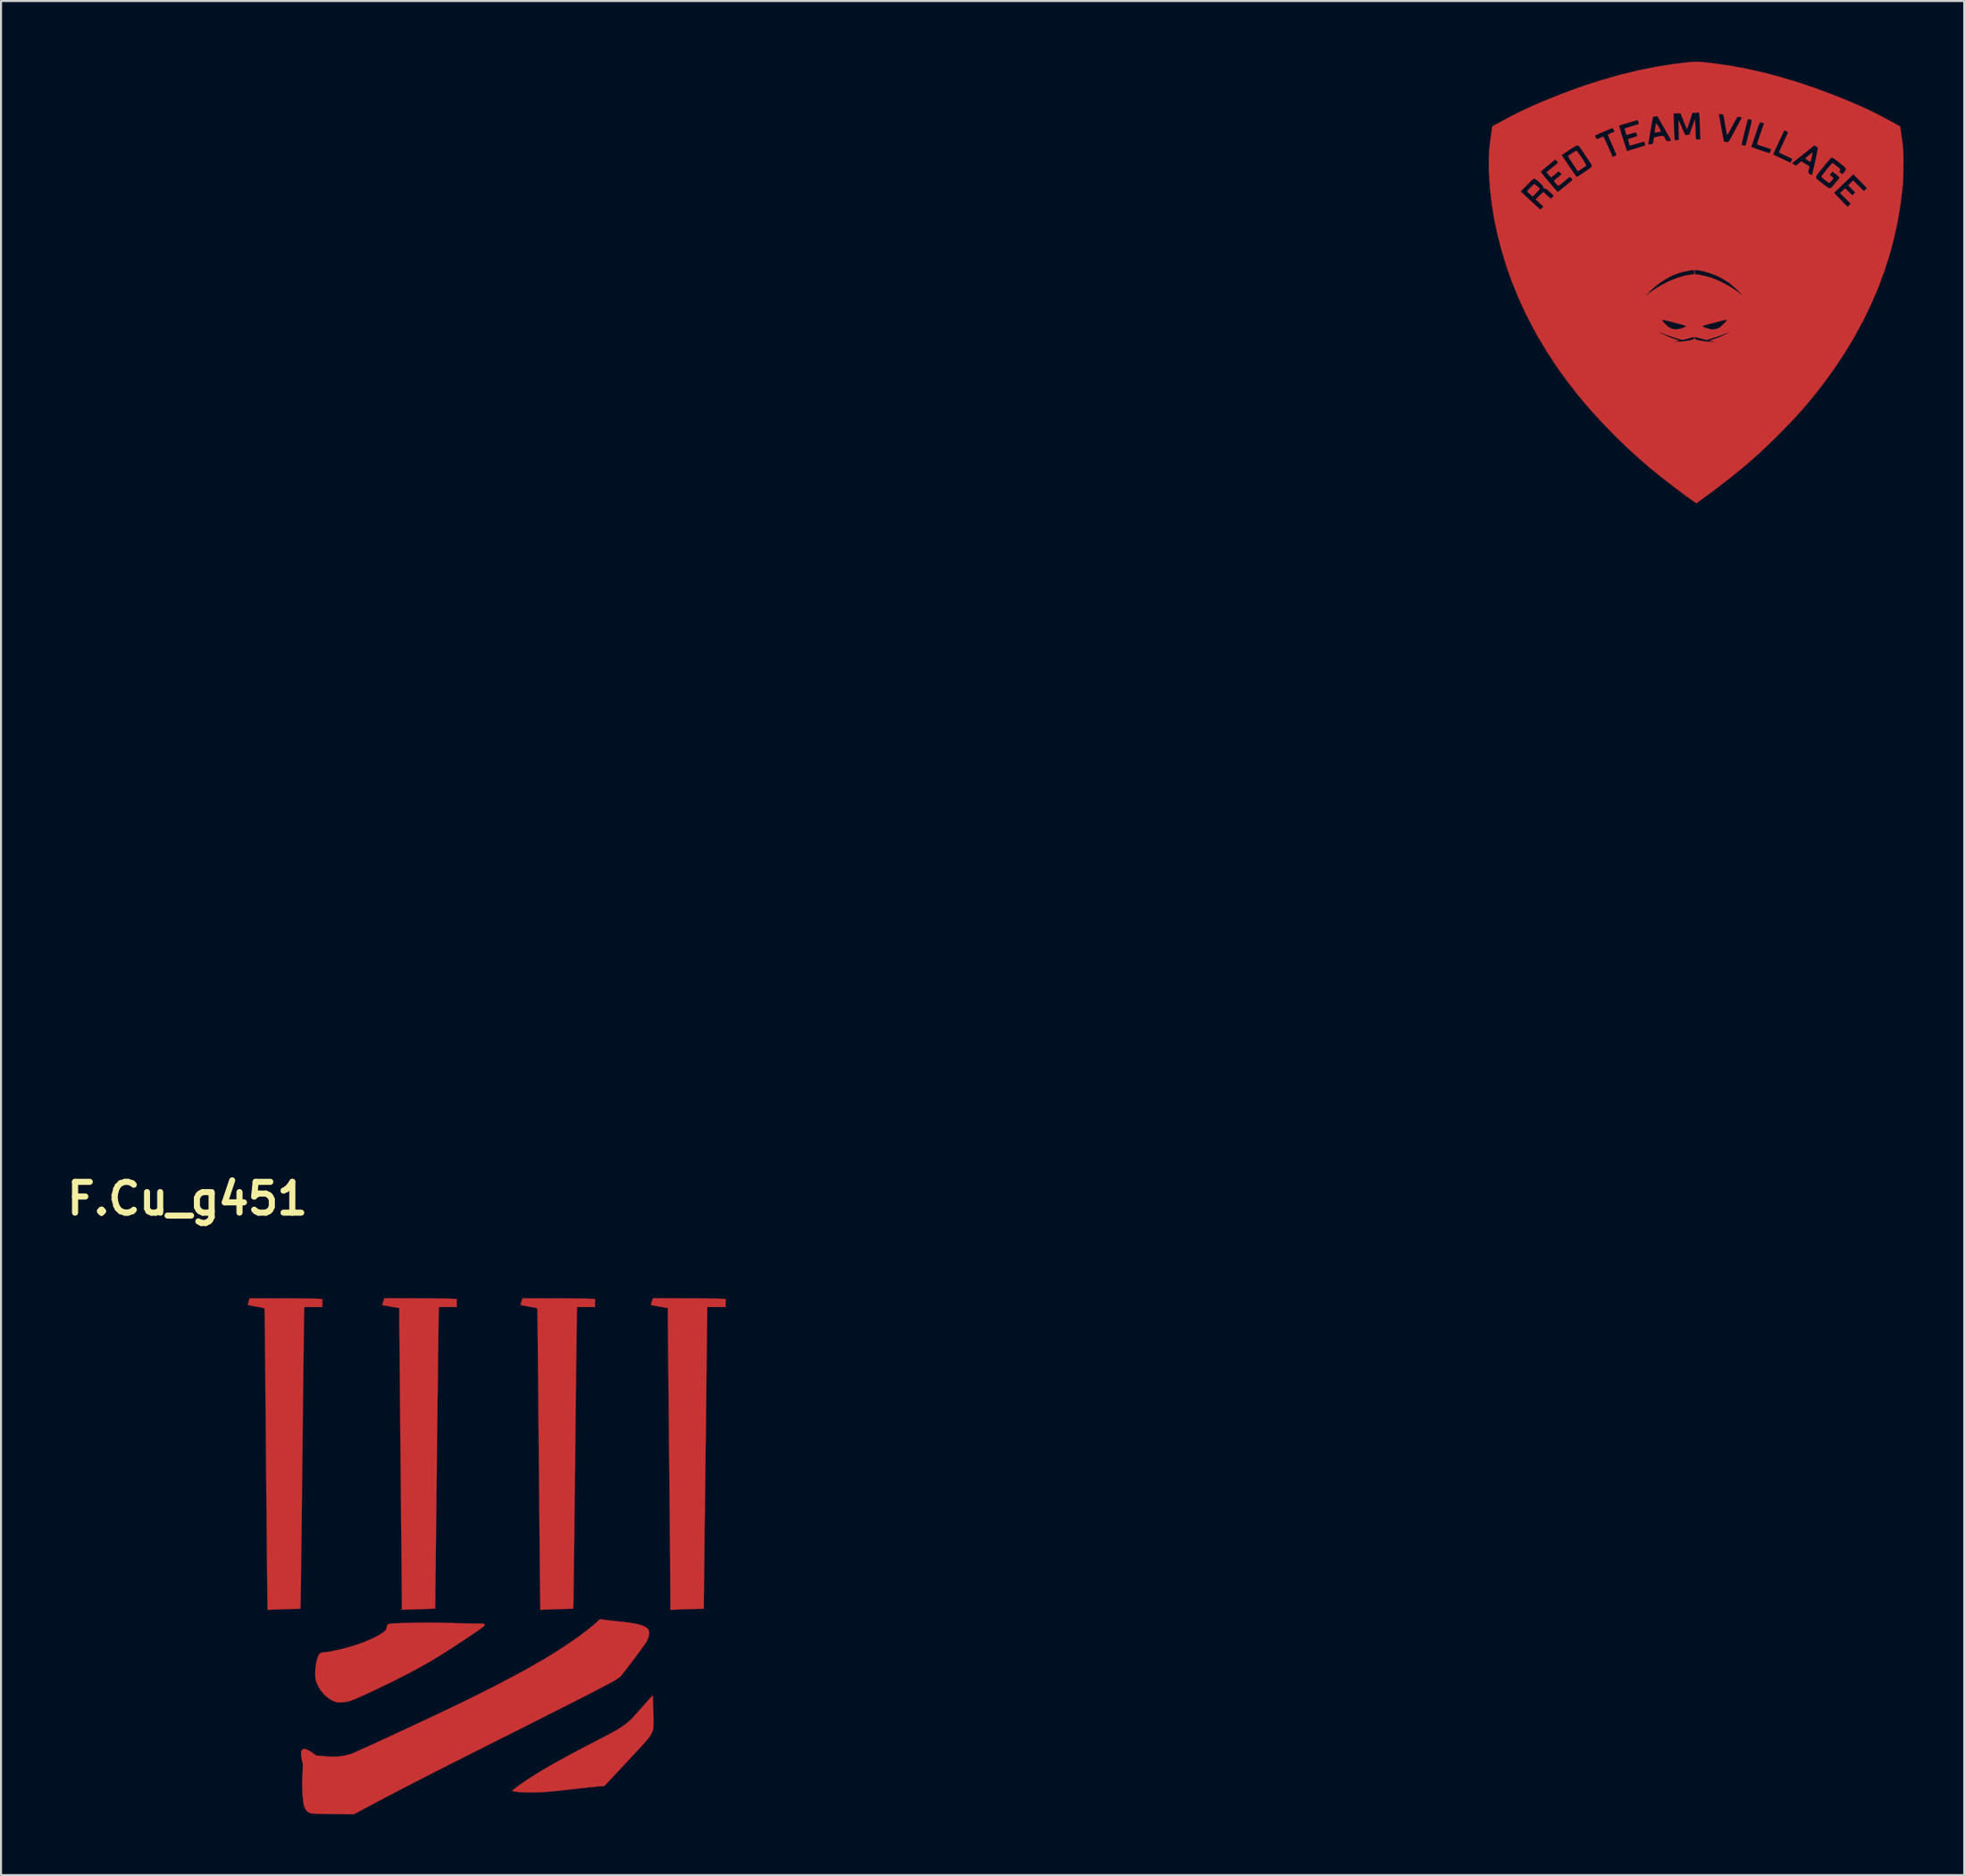
<source format=kicad_pcb>
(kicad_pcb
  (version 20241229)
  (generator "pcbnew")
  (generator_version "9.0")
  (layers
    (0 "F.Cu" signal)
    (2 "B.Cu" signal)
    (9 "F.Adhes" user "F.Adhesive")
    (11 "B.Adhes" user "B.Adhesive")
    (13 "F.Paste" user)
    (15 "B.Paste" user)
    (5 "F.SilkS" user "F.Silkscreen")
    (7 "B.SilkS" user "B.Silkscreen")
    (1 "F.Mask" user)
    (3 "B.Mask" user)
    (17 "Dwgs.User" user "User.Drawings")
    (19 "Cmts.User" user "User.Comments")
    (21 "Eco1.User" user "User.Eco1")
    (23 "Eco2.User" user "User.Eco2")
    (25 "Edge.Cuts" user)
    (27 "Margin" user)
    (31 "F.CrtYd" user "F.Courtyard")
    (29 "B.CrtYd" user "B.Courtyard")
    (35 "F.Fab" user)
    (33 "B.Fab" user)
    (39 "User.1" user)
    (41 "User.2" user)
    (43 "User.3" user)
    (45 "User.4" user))
  (footprint "F.Cu_g451"
    (layer "F.Cu")
    (at 6.212 56.217)
    (property "Reference" "F.Cu_g451" (at 0 0 0) (layer "F.SilkS") (effects (font (size 1.524 1.524) (thickness 0.3))))
    (attr through_hole)
    (fp_poly (pts (xy 80.325 -51.696) (xy 80.317 -51.643) (xy 80.303 -51.57) (xy 80.285 -51.487) (xy 80.266 -51.405) (xy 80.248 -51.334) (xy 80.233 -51.284) (xy 80.224 -51.266) (xy 80.201 -51.277) (xy 80.153 -51.305) (xy 80.095 -51.341) (xy 80.035 -51.381) (xy 79.993 -51.415) (xy 79.978 -51.433) (xy 79.993 -51.452) (xy 80.033 -51.49) (xy 80.089 -51.539) (xy 80.153 -51.593) (xy 80.217 -51.644) (xy 80.272 -51.687) (xy 80.311 -51.714) (xy 80.325 -51.719) (xy 80.325 -51.696)) (stroke (width 0.01) (type solid)) (fill yes) (layer "F.Cu"))
    (fp_poly (pts (xy 72.621 -53.15) (xy 72.649 -53.109) (xy 72.687 -53.048) (xy 72.729 -52.977) (xy 72.77 -52.905) (xy 72.804 -52.84) (xy 72.828 -52.792) (xy 72.835 -52.771) (xy 72.815 -52.759) (xy 72.766 -52.745) (xy 72.715 -52.737) (xy 72.644 -52.727) (xy 72.588 -52.717) (xy 72.567 -52.711) (xy 72.544 -52.718) (xy 72.539 -52.75) (xy 72.542 -52.797) (xy 72.551 -52.867) (xy 72.563 -52.949) (xy 72.577 -53.03) (xy 72.591 -53.101) (xy 72.602 -53.148) (xy 72.607 -53.162) (xy 72.621 -53.15)) (stroke (width 0.01) (type solid)) (fill yes) (layer "F.Cu"))
    (fp_poly (pts (xy 66.604 -50.15) (xy 66.651 -50.115) (xy 66.711 -50.064) (xy 66.727 -50.05) (xy 66.853 -49.937) (xy 66.745 -49.813) (xy 66.681 -49.742) (xy 66.617 -49.673) (xy 66.567 -49.622) (xy 66.566 -49.621) (xy 66.495 -49.554) (xy 66.358 -49.677) (xy 66.293 -49.737) (xy 66.255 -49.777) (xy 66.239 -49.804) (xy 66.242 -49.826) (xy 66.251 -49.84) (xy 66.289 -49.885) (xy 66.343 -49.944) (xy 66.405 -50.007) (xy 66.467 -50.069) (xy 66.522 -50.12) (xy 66.562 -50.154) (xy 66.579 -50.164) (xy 66.604 -50.15)) (stroke (width 0.01) (type solid)) (fill yes) (layer "F.Cu"))
    (fp_poly (pts (xy 68.682 -51.799) (xy 68.719 -51.752) (xy 68.771 -51.681) (xy 68.835 -51.589) (xy 68.907 -51.484) (xy 68.921 -51.463) (xy 69.01 -51.328) (xy 69.075 -51.224) (xy 69.117 -51.15) (xy 69.138 -51.103) (xy 69.138 -51.081) (xy 69.114 -51.058) (xy 69.061 -51.018) (xy 68.99 -50.969) (xy 68.927 -50.927) (xy 68.734 -50.803) (xy 68.483 -51.172) (xy 68.401 -51.296) (xy 68.334 -51.4) (xy 68.286 -51.481) (xy 68.258 -51.535) (xy 68.253 -51.559) (xy 68.253 -51.559) (xy 68.285 -51.583) (xy 68.341 -51.621) (xy 68.412 -51.666) (xy 68.488 -51.714) (xy 68.56 -51.758) (xy 68.62 -51.793) (xy 68.657 -51.813) (xy 68.665 -51.816) (xy 68.682 -51.799)) (stroke (width 0.01) (type solid)) (fill yes) (layer "F.Cu"))
    (fp_poly (pts (xy 12.41 20.964) (xy 12.888 20.975) (xy 13.097 20.981) (xy 13.313 20.987) (xy 13.529 20.992) (xy 13.736 20.997) (xy 13.924 21.001) (xy 14.086 21.003) (xy 14.196 21.005) (xy 14.363 21.006) (xy 14.491 21.009) (xy 14.585 21.014) (xy 14.649 21.022) (xy 14.686 21.035) (xy 14.701 21.053) (xy 14.698 21.077) (xy 14.68 21.108) (xy 14.669 21.123) (xy 14.641 21.15) (xy 14.58 21.197) (xy 14.49 21.263) (xy 14.375 21.344) (xy 14.238 21.439) (xy 14.083 21.545) (xy 13.912 21.66) (xy 13.73 21.781) (xy 13.54 21.907) (xy 13.346 22.035) (xy 13.15 22.162) (xy 12.957 22.287) (xy 12.769 22.407) (xy 12.59 22.52) (xy 12.425 22.624) (xy 12.296 22.702) (xy 11.891 22.942) (xy 11.452 23.189) (xy 10.987 23.44) (xy 10.503 23.691) (xy 10.006 23.938) (xy 9.787 24.043) (xy 9.467 24.196) (xy 9.183 24.33) (xy 8.933 24.447) (xy 8.716 24.548) (xy 8.528 24.632) (xy 8.369 24.702) (xy 8.236 24.758) (xy 8.127 24.8) (xy 8.041 24.831) (xy 7.976 24.849) (xy 7.976 24.85) (xy 7.822 24.88) (xy 7.669 24.898) (xy 7.528 24.904) (xy 7.412 24.896) (xy 7.388 24.891) (xy 7.213 24.835) (xy 7.04 24.741) (xy 6.874 24.617) (xy 6.72 24.466) (xy 6.583 24.296) (xy 6.47 24.111) (xy 6.385 23.917) (xy 6.358 23.832) (xy 6.333 23.705) (xy 6.321 23.558) (xy 6.321 23.398) (xy 6.331 23.232) (xy 6.351 23.066) (xy 6.379 22.907) (xy 6.415 22.762) (xy 6.457 22.638) (xy 6.504 22.541) (xy 6.556 22.478) (xy 6.567 22.47) (xy 6.611 22.453) (xy 6.683 22.438) (xy 6.767 22.427) (xy 6.773 22.426) (xy 6.934 22.407) (xy 7.13 22.374) (xy 7.353 22.328) (xy 7.598 22.272) (xy 7.666 22.255) (xy 8.069 22.146) (xy 8.446 22.027) (xy 8.794 21.899) (xy 9.11 21.763) (xy 9.389 21.621) (xy 9.605 21.491) (xy 9.701 21.425) (xy 9.767 21.371) (xy 9.81 21.322) (xy 9.835 21.268) (xy 9.851 21.203) (xy 9.854 21.181) (xy 9.865 21.124) (xy 9.884 21.08) (xy 9.915 21.049) (xy 9.965 21.027) (xy 10.04 21.012) (xy 10.145 21.002) (xy 10.285 20.994) (xy 10.307 20.993) (xy 10.813 20.975) (xy 11.343 20.964) (xy 11.881 20.96) (xy 12.41 20.964)) (stroke (width 0.01) (type solid)) (fill yes) (layer "F.Cu"))
    (fp_poly (pts (xy 23.005 24.584) (xy 23.008 24.645) (xy 23.012 24.738) (xy 23.016 24.859) (xy 23.02 25.003) (xy 23.025 25.167) (xy 23.029 25.343) (xy 23.029 25.351) (xy 23.033 25.571) (xy 23.036 25.754) (xy 23.037 25.904) (xy 23.035 26.026) (xy 23.03 26.124) (xy 23.022 26.205) (xy 23.009 26.271) (xy 22.992 26.328) (xy 22.971 26.382) (xy 22.944 26.435) (xy 22.919 26.48) (xy 22.896 26.519) (xy 22.873 26.558) (xy 22.846 26.598) (xy 22.814 26.642) (xy 22.775 26.692) (xy 22.727 26.75) (xy 22.668 26.819) (xy 22.596 26.901) (xy 22.508 26.998) (xy 22.402 27.114) (xy 22.277 27.25) (xy 22.13 27.408) (xy 21.959 27.591) (xy 21.763 27.802) (xy 21.662 27.91) (xy 20.612 29.035) (xy 20.302 29.06) (xy 20.208 29.068) (xy 20.08 29.081) (xy 19.923 29.096) (xy 19.746 29.115) (xy 19.555 29.136) (xy 19.358 29.157) (xy 19.177 29.178) (xy 18.918 29.207) (xy 18.695 29.232) (xy 18.505 29.253) (xy 18.341 29.271) (xy 18.199 29.286) (xy 18.074 29.298) (xy 17.961 29.308) (xy 17.855 29.317) (xy 17.751 29.325) (xy 17.643 29.333) (xy 17.579 29.337) (xy 17.402 29.346) (xy 17.208 29.352) (xy 17.007 29.354) (xy 16.81 29.353) (xy 16.628 29.349) (xy 16.473 29.342) (xy 16.415 29.337) (xy 16.269 29.323) (xy 16.163 29.309) (xy 16.094 29.296) (xy 16.06 29.282) (xy 16.057 29.27) (xy 16.078 29.25) (xy 16.127 29.211) (xy 16.197 29.156) (xy 16.282 29.091) (xy 16.323 29.06) (xy 16.546 28.899) (xy 16.791 28.731) (xy 17.061 28.556) (xy 17.356 28.372) (xy 17.678 28.18) (xy 18.03 27.976) (xy 18.412 27.762) (xy 18.828 27.535) (xy 19.278 27.294) (xy 19.764 27.039) (xy 20.108 26.861) (xy 20.342 26.74) (xy 20.542 26.636) (xy 20.713 26.547) (xy 20.858 26.471) (xy 20.981 26.404) (xy 21.086 26.346) (xy 21.179 26.294) (xy 21.261 26.245) (xy 21.338 26.197) (xy 21.414 26.149) (xy 21.475 26.109) (xy 21.574 26.041) (xy 21.665 25.974) (xy 21.755 25.902) (xy 21.846 25.821) (xy 21.943 25.728) (xy 22.049 25.62) (xy 22.168 25.491) (xy 22.306 25.338) (xy 22.464 25.158) (xy 22.517 25.098) (xy 22.629 24.97) (xy 22.733 24.853) (xy 22.824 24.751) (xy 22.9 24.667) (xy 22.957 24.606) (xy 22.992 24.57) (xy 23.003 24.562) (xy 23.005 24.584)) (stroke (width 0.01) (type solid)) (fill yes) (layer "F.Cu"))
    (fp_poly (pts (xy 11.224 4.926) (xy 11.48 4.927) (xy 11.732 4.928) (xy 11.974 4.93) (xy 12.202 4.932) (xy 12.411 4.934) (xy 12.598 4.936) (xy 12.758 4.938) (xy 12.887 4.941) (xy 12.98 4.943) (xy 13.012 4.944) (xy 13.314 4.957) (xy 13.314 5.355) (xy 12.43 5.355) (xy 12.417 5.868) (xy 12.415 5.931) (xy 12.414 6.034) (xy 12.411 6.176) (xy 12.409 6.354) (xy 12.406 6.568) (xy 12.403 6.816) (xy 12.399 7.095) (xy 12.395 7.404) (xy 12.391 7.742) (xy 12.386 8.105) (xy 12.382 8.494) (xy 12.377 8.905) (xy 12.372 9.337) (xy 12.366 9.789) (xy 12.361 10.258) (xy 12.355 10.743) (xy 12.349 11.242) (xy 12.343 11.753) (xy 12.337 12.275) (xy 12.331 12.806) (xy 12.329 13.018) (xy 12.323 13.548) (xy 12.317 14.07) (xy 12.311 14.581) (xy 12.306 15.079) (xy 12.3 15.563) (xy 12.295 16.031) (xy 12.29 16.481) (xy 12.285 16.911) (xy 12.28 17.321) (xy 12.276 17.707) (xy 12.272 18.069) (xy 12.268 18.405) (xy 12.264 18.713) (xy 12.261 18.992) (xy 12.258 19.239) (xy 12.256 19.453) (xy 12.254 19.632) (xy 12.252 19.775) (xy 12.251 19.879) (xy 12.25 19.944) (xy 12.25 19.96) (xy 12.245 20.267) (xy 11.885 20.28) (xy 11.746 20.285) (xy 11.579 20.291) (xy 11.398 20.297) (xy 11.218 20.303) (xy 11.065 20.308) (xy 10.604 20.322) (xy 10.604 19.967) (xy 10.604 19.917) (xy 10.603 19.827) (xy 10.602 19.698) (xy 10.601 19.531) (xy 10.599 19.33) (xy 10.597 19.094) (xy 10.595 18.827) (xy 10.592 18.529) (xy 10.59 18.202) (xy 10.586 17.849) (xy 10.583 17.471) (xy 10.579 17.069) (xy 10.575 16.645) (xy 10.571 16.201) (xy 10.567 15.74) (xy 10.563 15.261) (xy 10.558 14.768) (xy 10.553 14.261) (xy 10.548 13.743) (xy 10.543 13.215) (xy 10.541 12.975) (xy 10.536 12.442) (xy 10.531 11.918) (xy 10.526 11.403) (xy 10.521 10.901) (xy 10.517 10.411) (xy 10.513 9.938) (xy 10.508 9.481) (xy 10.504 9.043) (xy 10.501 8.625) (xy 10.497 8.23) (xy 10.494 7.859) (xy 10.491 7.514) (xy 10.488 7.196) (xy 10.485 6.908) (xy 10.483 6.651) (xy 10.482 6.427) (xy 10.48 6.237) (xy 10.479 6.083) (xy 10.478 5.968) (xy 10.478 5.893) (xy 10.478 5.874) (xy 10.477 5.408) (xy 10.059 5.336) (xy 9.932 5.314) (xy 9.819 5.294) (xy 9.728 5.277) (xy 9.665 5.265) (xy 9.635 5.259) (xy 9.634 5.258) (xy 9.637 5.237) (xy 9.651 5.185) (xy 9.673 5.113) (xy 9.682 5.087) (xy 9.737 4.921) (xy 11.224 4.926)) (stroke (width 0.01) (type solid)) (fill yes) (layer "F.Cu"))
    (fp_poly (pts (xy 24.485 4.926) (xy 24.742 4.927) (xy 24.994 4.928) (xy 25.236 4.93) (xy 25.466 4.932) (xy 25.677 4.934) (xy 25.866 4.936) (xy 26.028 4.938) (xy 26.158 4.941) (xy 26.253 4.943) (xy 26.284 4.944) (xy 26.607 4.957) (xy 26.607 5.355) (xy 25.696 5.355) (xy 25.696 5.435) (xy 25.696 5.462) (xy 25.695 5.529) (xy 25.694 5.636) (xy 25.692 5.781) (xy 25.69 5.962) (xy 25.688 6.177) (xy 25.685 6.425) (xy 25.682 6.704) (xy 25.678 7.014) (xy 25.674 7.351) (xy 25.67 7.715) (xy 25.665 8.104) (xy 25.66 8.517) (xy 25.655 8.952) (xy 25.65 9.407) (xy 25.644 9.88) (xy 25.638 10.371) (xy 25.632 10.878) (xy 25.626 11.399) (xy 25.62 11.932) (xy 25.613 12.476) (xy 25.612 12.626) (xy 25.605 13.175) (xy 25.599 13.715) (xy 25.593 14.243) (xy 25.586 14.759) (xy 25.581 15.26) (xy 25.575 15.745) (xy 25.569 16.213) (xy 25.564 16.661) (xy 25.559 17.089) (xy 25.555 17.494) (xy 25.55 17.875) (xy 25.546 18.23) (xy 25.543 18.558) (xy 25.539 18.856) (xy 25.536 19.125) (xy 25.534 19.36) (xy 25.531 19.562) (xy 25.53 19.729) (xy 25.528 19.858) (xy 25.528 19.949) (xy 25.527 19.999) (xy 25.527 20.005) (xy 25.527 20.272) (xy 25.014 20.286) (xy 24.847 20.29) (xy 24.673 20.296) (xy 24.503 20.301) (xy 24.349 20.306) (xy 24.221 20.311) (xy 24.188 20.313) (xy 23.876 20.326) (xy 23.876 19.693) (xy 23.876 19.621) (xy 23.875 19.508) (xy 23.874 19.357) (xy 23.873 19.169) (xy 23.871 18.945) (xy 23.869 18.689) (xy 23.867 18.401) (xy 23.864 18.083) (xy 23.861 17.737) (xy 23.858 17.366) (xy 23.854 16.97) (xy 23.851 16.551) (xy 23.847 16.112) (xy 23.843 15.655) (xy 23.838 15.18) (xy 23.834 14.69) (xy 23.829 14.187) (xy 23.824 13.672) (xy 23.819 13.147) (xy 23.814 12.615) (xy 23.812 12.425) (xy 23.807 11.895) (xy 23.803 11.376) (xy 23.798 10.868) (xy 23.793 10.373) (xy 23.789 9.893) (xy 23.784 9.43) (xy 23.78 8.984) (xy 23.776 8.559) (xy 23.772 8.155) (xy 23.769 7.775) (xy 23.765 7.419) (xy 23.762 7.09) (xy 23.76 6.789) (xy 23.757 6.518) (xy 23.755 6.278) (xy 23.753 6.072) (xy 23.752 5.9) (xy 23.75 5.765) (xy 23.75 5.668) (xy 23.749 5.611) (xy 23.749 5.598) (xy 23.749 5.407) (xy 23.335 5.335) (xy 23.208 5.312) (xy 23.097 5.292) (xy 23.007 5.274) (xy 22.944 5.26) (xy 22.916 5.252) (xy 22.915 5.251) (xy 22.918 5.226) (xy 22.932 5.172) (xy 22.953 5.099) (xy 22.959 5.08) (xy 23.01 4.921) (xy 24.485 4.926)) (stroke (width 0.01) (type solid)) (fill yes) (layer "F.Cu"))
    (fp_poly (pts (xy 4.636 4.93) (xy 4.896 4.93) (xy 5.148 4.931) (xy 5.39 4.933) (xy 5.617 4.934) (xy 5.825 4.936) (xy 6.01 4.938) (xy 6.167 4.94) (xy 6.294 4.942) (xy 6.385 4.944) (xy 6.429 4.946) (xy 6.668 4.959) (xy 6.668 5.355) (xy 5.782 5.355) (xy 5.771 5.551) (xy 5.77 5.587) (xy 5.768 5.664) (xy 5.766 5.78) (xy 5.764 5.934) (xy 5.761 6.123) (xy 5.758 6.347) (xy 5.755 6.603) (xy 5.751 6.89) (xy 5.747 7.207) (xy 5.743 7.551) (xy 5.738 7.921) (xy 5.733 8.316) (xy 5.728 8.734) (xy 5.723 9.173) (xy 5.718 9.632) (xy 5.712 10.109) (xy 5.707 10.602) (xy 5.701 11.109) (xy 5.695 11.63) (xy 5.69 12.163) (xy 5.684 12.705) (xy 5.684 12.711) (xy 5.678 13.254) (xy 5.672 13.789) (xy 5.666 14.312) (xy 5.66 14.823) (xy 5.655 15.319) (xy 5.649 15.8) (xy 5.644 16.263) (xy 5.639 16.707) (xy 5.634 17.13) (xy 5.629 17.53) (xy 5.624 17.906) (xy 5.62 18.257) (xy 5.616 18.579) (xy 5.612 18.873) (xy 5.609 19.136) (xy 5.606 19.366) (xy 5.603 19.563) (xy 5.601 19.723) (xy 5.599 19.846) (xy 5.597 19.93) (xy 5.596 19.973) (xy 5.584 20.272) (xy 5.083 20.286) (xy 4.918 20.29) (xy 4.746 20.296) (xy 4.577 20.301) (xy 4.424 20.307) (xy 4.299 20.311) (xy 4.274 20.313) (xy 3.965 20.326) (xy 3.952 19.354) (xy 3.951 19.253) (xy 3.949 19.112) (xy 3.947 18.932) (xy 3.945 18.715) (xy 3.942 18.464) (xy 3.94 18.181) (xy 3.936 17.867) (xy 3.933 17.524) (xy 3.93 17.155) (xy 3.926 16.762) (xy 3.922 16.345) (xy 3.918 15.908) (xy 3.914 15.452) (xy 3.91 14.98) (xy 3.905 14.492) (xy 3.901 13.992) (xy 3.896 13.481) (xy 3.892 12.961) (xy 3.887 12.434) (xy 3.883 11.938) (xy 3.878 11.418) (xy 3.874 10.909) (xy 3.87 10.412) (xy 3.865 9.929) (xy 3.861 9.462) (xy 3.857 9.012) (xy 3.853 8.581) (xy 3.849 8.171) (xy 3.845 7.783) (xy 3.842 7.419) (xy 3.838 7.08) (xy 3.835 6.769) (xy 3.832 6.486) (xy 3.83 6.234) (xy 3.827 6.014) (xy 3.825 5.827) (xy 3.823 5.676) (xy 3.822 5.562) (xy 3.82 5.487) (xy 3.819 5.451) (xy 3.819 5.449) (xy 3.813 5.434) (xy 3.797 5.42) (xy 3.765 5.407) (xy 3.713 5.393) (xy 3.634 5.376) (xy 3.524 5.356) (xy 3.398 5.334) (xy 3.272 5.311) (xy 3.161 5.29) (xy 3.072 5.272) (xy 3.011 5.259) (xy 2.985 5.251) (xy 2.985 5.25) (xy 2.99 5.226) (xy 3.006 5.172) (xy 3.027 5.099) (xy 3.032 5.083) (xy 3.08 4.927) (xy 4.636 4.93)) (stroke (width 0.01) (type solid)) (fill yes) (layer "F.Cu"))
    (fp_poly (pts (xy 18.119 4.93) (xy 18.379 4.93) (xy 18.632 4.931) (xy 18.874 4.933) (xy 19.1 4.934) (xy 19.308 4.936) (xy 19.493 4.938) (xy 19.65 4.94) (xy 19.777 4.942) (xy 19.868 4.944) (xy 19.913 4.946) (xy 20.151 4.959) (xy 20.151 5.355) (xy 19.266 5.355) (xy 19.254 5.551) (xy 19.253 5.587) (xy 19.251 5.664) (xy 19.249 5.78) (xy 19.247 5.934) (xy 19.244 6.123) (xy 19.241 6.347) (xy 19.238 6.603) (xy 19.234 6.89) (xy 19.23 7.207) (xy 19.226 7.551) (xy 19.221 7.921) (xy 19.217 8.316) (xy 19.212 8.734) (xy 19.206 9.173) (xy 19.201 9.632) (xy 19.196 10.109) (xy 19.19 10.602) (xy 19.184 11.109) (xy 19.179 11.63) (xy 19.173 12.163) (xy 19.167 12.705) (xy 19.167 12.711) (xy 19.161 13.254) (xy 19.155 13.789) (xy 19.149 14.312) (xy 19.143 14.823) (xy 19.138 15.319) (xy 19.132 15.8) (xy 19.127 16.263) (xy 19.122 16.707) (xy 19.117 17.13) (xy 19.112 17.53) (xy 19.108 17.906) (xy 19.103 18.257) (xy 19.099 18.579) (xy 19.096 18.873) (xy 19.092 19.136) (xy 19.089 19.366) (xy 19.086 19.563) (xy 19.084 19.723) (xy 19.082 19.846) (xy 19.08 19.93) (xy 19.079 19.973) (xy 19.067 20.272) (xy 18.566 20.286) (xy 18.401 20.29) (xy 18.229 20.296) (xy 18.06 20.301) (xy 17.908 20.307) (xy 17.783 20.311) (xy 17.757 20.313) (xy 17.448 20.326) (xy 17.435 19.354) (xy 17.434 19.253) (xy 17.432 19.112) (xy 17.43 18.932) (xy 17.428 18.715) (xy 17.426 18.464) (xy 17.423 18.181) (xy 17.42 17.867) (xy 17.417 17.524) (xy 17.413 17.155) (xy 17.409 16.762) (xy 17.406 16.345) (xy 17.402 15.908) (xy 17.397 15.452) (xy 17.393 14.98) (xy 17.389 14.492) (xy 17.384 13.992) (xy 17.38 13.481) (xy 17.375 12.961) (xy 17.371 12.434) (xy 17.366 11.938) (xy 17.362 11.418) (xy 17.357 10.909) (xy 17.353 10.412) (xy 17.349 9.929) (xy 17.344 9.462) (xy 17.34 9.012) (xy 17.336 8.581) (xy 17.332 8.171) (xy 17.329 7.783) (xy 17.325 7.419) (xy 17.322 7.08) (xy 17.318 6.769) (xy 17.316 6.486) (xy 17.313 6.234) (xy 17.31 6.014) (xy 17.308 5.827) (xy 17.306 5.676) (xy 17.305 5.562) (xy 17.304 5.487) (xy 17.303 5.451) (xy 17.302 5.449) (xy 17.296 5.434) (xy 17.28 5.42) (xy 17.248 5.407) (xy 17.196 5.393) (xy 17.117 5.376) (xy 17.007 5.356) (xy 16.881 5.334) (xy 16.755 5.311) (xy 16.644 5.29) (xy 16.555 5.272) (xy 16.495 5.259) (xy 16.468 5.251) (xy 16.468 5.25) (xy 16.474 5.226) (xy 16.489 5.172) (xy 16.511 5.099) (xy 16.515 5.083) (xy 16.563 4.927) (xy 18.119 4.93)) (stroke (width 0.01) (type solid)) (fill yes) (layer "F.Cu"))
    (fp_poly (pts (xy 20.585 20.817) (xy 20.659 20.828) (xy 20.768 20.841) (xy 20.902 20.857) (xy 21.053 20.874) (xy 21.212 20.891) (xy 21.324 20.902) (xy 21.596 20.932) (xy 21.83 20.961) (xy 22.03 20.992) (xy 22.2 21.024) (xy 22.346 21.06) (xy 22.47 21.099) (xy 22.578 21.143) (xy 22.621 21.164) (xy 22.724 21.233) (xy 22.791 21.319) (xy 22.824 21.424) (xy 22.822 21.548) (xy 22.785 21.695) (xy 22.714 21.864) (xy 22.703 21.886) (xy 22.676 21.931) (xy 22.626 22.005) (xy 22.556 22.105) (xy 22.467 22.227) (xy 22.364 22.369) (xy 22.248 22.525) (xy 22.123 22.694) (xy 21.991 22.869) (xy 21.854 23.049) (xy 21.716 23.23) (xy 21.579 23.407) (xy 21.465 23.554) (xy 21.412 23.613) (xy 21.342 23.673) (xy 21.252 23.738) (xy 21.137 23.811) (xy 20.992 23.893) (xy 20.814 23.989) (xy 20.743 24.026) (xy 20.598 24.101) (xy 20.445 24.182) (xy 20.295 24.26) (xy 20.16 24.332) (xy 20.05 24.391) (xy 20.034 24.399) (xy 19.987 24.424) (xy 19.904 24.467) (xy 19.787 24.527) (xy 19.638 24.602) (xy 19.46 24.693) (xy 19.254 24.797) (xy 19.023 24.915) (xy 18.768 25.044) (xy 18.492 25.183) (xy 18.196 25.333) (xy 17.882 25.491) (xy 17.554 25.656) (xy 17.212 25.829) (xy 16.858 26.007) (xy 16.496 26.189) (xy 16.203 26.337) (xy 15.643 26.618) (xy 15.119 26.882) (xy 14.629 27.129) (xy 14.17 27.36) (xy 13.742 27.576) (xy 13.341 27.779) (xy 12.965 27.969) (xy 12.614 28.147) (xy 12.284 28.315) (xy 11.973 28.473) (xy 11.681 28.622) (xy 11.404 28.764) (xy 11.14 28.9) (xy 10.888 29.03) (xy 10.645 29.155) (xy 10.41 29.278) (xy 10.181 29.398) (xy 9.954 29.516) (xy 9.73 29.635) (xy 9.504 29.754) (xy 9.276 29.875) (xy 9.043 29.999) (xy 8.909 30.07) (xy 8.219 30.438) (xy 7.957 30.433) (xy 7.873 30.432) (xy 7.754 30.43) (xy 7.606 30.427) (xy 7.438 30.425) (xy 7.254 30.422) (xy 7.064 30.419) (xy 6.911 30.417) (xy 6.705 30.414) (xy 6.536 30.411) (xy 6.401 30.408) (xy 6.296 30.404) (xy 6.214 30.399) (xy 6.154 30.394) (xy 6.108 30.388) (xy 6.075 30.379) (xy 6.048 30.37) (xy 6.043 30.368) (xy 5.947 30.312) (xy 5.872 30.239) (xy 5.813 30.142) (xy 5.768 30.016) (xy 5.735 29.856) (xy 5.726 29.798) (xy 5.696 29.514) (xy 5.681 29.191) (xy 5.68 28.829) (xy 5.691 28.462) (xy 5.698 28.302) (xy 5.703 28.177) (xy 5.706 28.081) (xy 5.705 28.007) (xy 5.702 27.947) (xy 5.695 27.896) (xy 5.685 27.846) (xy 5.671 27.791) (xy 5.67 27.788) (xy 5.648 27.681) (xy 5.631 27.563) (xy 5.623 27.46) (xy 5.623 27.459) (xy 5.622 27.377) (xy 5.627 27.325) (xy 5.64 27.291) (xy 5.665 27.263) (xy 5.681 27.248) (xy 5.736 27.212) (xy 5.788 27.205) (xy 5.808 27.208) (xy 5.903 27.238) (xy 6.018 27.294) (xy 6.141 27.368) (xy 6.226 27.428) (xy 6.361 27.529) (xy 6.771 27.568) (xy 7.01 27.586) (xy 7.221 27.592) (xy 7.417 27.585) (xy 7.609 27.563) (xy 7.81 27.526) (xy 8.033 27.472) (xy 8.075 27.46) (xy 8.111 27.447) (xy 8.182 27.417) (xy 8.286 27.371) (xy 8.42 27.311) (xy 8.582 27.238) (xy 8.769 27.153) (xy 8.978 27.058) (xy 9.207 26.953) (xy 9.453 26.84) (xy 9.713 26.721) (xy 9.984 26.595) (xy 10.265 26.465) (xy 10.551 26.332) (xy 10.842 26.197) (xy 11.133 26.062) (xy 11.422 25.927) (xy 11.707 25.793) (xy 11.984 25.663) (xy 12.252 25.537) (xy 12.507 25.416) (xy 12.747 25.302) (xy 12.943 25.209) (xy 13.552 24.916) (xy 14.144 24.625) (xy 14.716 24.339) (xy 15.266 24.059) (xy 15.791 23.785) (xy 16.289 23.52) (xy 16.756 23.265) (xy 17.19 23.021) (xy 17.589 22.789) (xy 17.801 22.662) (xy 18.154 22.445) (xy 18.497 22.225) (xy 18.827 22.006) (xy 19.141 21.791) (xy 19.433 21.581) (xy 19.702 21.379) (xy 19.943 21.189) (xy 20.152 21.012) (xy 20.299 20.878) (xy 20.394 20.787) (xy 20.585 20.817)) (stroke (width 0.01) (type solid)) (fill yes) (layer "F.Cu"))
    (fp_poly (pts (xy 74.688 -56.209) (xy 74.809 -56.202) (xy 74.947 -56.19) (xy 75.111 -56.173) (xy 75.306 -56.151) (xy 75.374 -56.143) (xy 76.186 -56.03) (xy 77.014 -55.879) (xy 77.858 -55.691) (xy 78.716 -55.466) (xy 79.586 -55.205) (xy 80.467 -54.909) (xy 81.356 -54.577) (xy 82.01 -54.314) (xy 82.359 -54.166) (xy 82.678 -54.027) (xy 82.975 -53.892) (xy 83.263 -53.755) (xy 83.549 -53.612) (xy 83.845 -53.459) (xy 84.159 -53.29) (xy 84.192 -53.272) (xy 84.659 -53.018) (xy 84.716 -52.634) (xy 84.745 -52.432) (xy 84.768 -52.263) (xy 84.787 -52.117) (xy 84.8 -51.986) (xy 84.81 -51.86) (xy 84.817 -51.732) (xy 84.821 -51.593) (xy 84.823 -51.433) (xy 84.823 -51.245) (xy 84.823 -51.128) (xy 84.822 -50.853) (xy 84.817 -50.614) (xy 84.81 -50.405) (xy 84.8 -50.219) (xy 84.786 -50.051) (xy 84.786 -50.049) (xy 84.682 -49.179) (xy 84.538 -48.32) (xy 84.353 -47.472) (xy 84.128 -46.635) (xy 83.862 -45.808) (xy 83.556 -44.991) (xy 83.208 -44.184) (xy 82.82 -43.387) (xy 82.391 -42.598) (xy 81.92 -41.818) (xy 81.409 -41.047) (xy 80.855 -40.284) (xy 80.665 -40.036) (xy 80.352 -39.642) (xy 80.031 -39.258) (xy 79.697 -38.876) (xy 79.344 -38.49) (xy 78.964 -38.094) (xy 78.667 -37.792) (xy 78.328 -37.457) (xy 77.998 -37.141) (xy 77.673 -36.839) (xy 77.347 -36.546) (xy 77.014 -36.258) (xy 76.668 -35.97) (xy 76.305 -35.678) (xy 75.919 -35.376) (xy 75.504 -35.06) (xy 75.29 -34.9) (xy 75.142 -34.79) (xy 75.004 -34.688) (xy 74.881 -34.596) (xy 74.775 -34.518) (xy 74.69 -34.456) (xy 74.632 -34.412) (xy 74.602 -34.391) (xy 74.599 -34.389) (xy 74.578 -34.399) (xy 74.526 -34.431) (xy 74.448 -34.483) (xy 74.347 -34.553) (xy 74.228 -34.639) (xy 74.093 -34.736) (xy 73.947 -34.844) (xy 73.901 -34.879) (xy 73.469 -35.204) (xy 73.068 -35.513) (xy 72.694 -35.809) (xy 72.34 -36.098) (xy 72.002 -36.384) (xy 71.675 -36.672) (xy 71.352 -36.965) (xy 71.029 -37.269) (xy 70.701 -37.588) (xy 70.495 -37.792) (xy 69.855 -38.454) (xy 69.254 -39.119) (xy 68.692 -39.789) (xy 68.165 -40.469) (xy 67.671 -41.161) (xy 67.208 -41.868) (xy 66.774 -42.592) (xy 66.635 -42.844) (xy 72.759 -42.844) (xy 72.786 -42.822) (xy 72.846 -42.788) (xy 72.93 -42.746) (xy 73.032 -42.698) (xy 73.143 -42.647) (xy 73.258 -42.598) (xy 73.368 -42.554) (xy 73.466 -42.517) (xy 73.501 -42.506) (xy 73.613 -42.467) (xy 73.685 -42.438) (xy 73.719 -42.418) (xy 73.717 -42.404) (xy 73.679 -42.397) (xy 73.641 -42.395) (xy 73.572 -42.388) (xy 73.513 -42.375) (xy 73.512 -42.374) (xy 73.501 -42.366) (xy 73.526 -42.362) (xy 73.579 -42.361) (xy 73.654 -42.364) (xy 73.745 -42.37) (xy 73.845 -42.378) (xy 73.946 -42.388) (xy 74.043 -42.399) (xy 74.129 -42.412) (xy 74.173 -42.42) (xy 74.294 -42.445) (xy 74.379 -42.466) (xy 74.435 -42.484) (xy 74.467 -42.504) (xy 74.482 -42.527) (xy 74.486 -42.555) (xy 74.507 -42.555) (xy 74.512 -42.523) (xy 74.532 -42.498) (xy 74.575 -42.476) (xy 74.645 -42.454) (xy 74.75 -42.428) (xy 74.755 -42.427) (xy 74.829 -42.412) (xy 74.918 -42.399) (xy 75.019 -42.386) (xy 75.123 -42.375) (xy 75.225 -42.367) (xy 75.32 -42.36) (xy 75.401 -42.357) (xy 75.461 -42.357) (xy 75.496 -42.361) (xy 75.498 -42.368) (xy 75.48 -42.376) (xy 75.425 -42.387) (xy 75.353 -42.394) (xy 75.337 -42.395) (xy 75.283 -42.399) (xy 75.251 -42.408) (xy 75.248 -42.413) (xy 75.267 -42.425) (xy 75.318 -42.447) (xy 75.393 -42.474) (xy 75.465 -42.498) (xy 75.543 -42.525) (xy 75.638 -42.562) (xy 75.743 -42.605) (xy 75.851 -42.652) (xy 75.954 -42.699) (xy 76.048 -42.743) (xy 76.124 -42.782) (xy 76.176 -42.811) (xy 76.197 -42.829) (xy 76.196 -42.831) (xy 76.174 -42.828) (xy 76.122 -42.811) (xy 76.05 -42.783) (xy 76.015 -42.769) (xy 75.943 -42.74) (xy 75.847 -42.704) (xy 75.735 -42.665) (xy 75.612 -42.622) (xy 75.488 -42.581) (xy 75.368 -42.542) (xy 75.26 -42.508) (xy 75.173 -42.481) (xy 75.111 -42.465) (xy 75.086 -42.46) (xy 75.055 -42.466) (xy 74.991 -42.481) (xy 74.905 -42.504) (xy 74.805 -42.532) (xy 74.797 -42.534) (xy 74.698 -42.562) (xy 74.614 -42.586) (xy 74.554 -42.602) (xy 74.524 -42.608) (xy 74.523 -42.608) (xy 74.511 -42.59) (xy 74.507 -42.555) (xy 74.486 -42.555) (xy 74.48 -42.595) (xy 74.469 -42.608) (xy 74.443 -42.603) (xy 74.385 -42.588) (xy 74.303 -42.565) (xy 74.205 -42.537) (xy 74.19 -42.533) (xy 74.062 -42.498) (xy 73.966 -42.477) (xy 73.898 -42.469) (xy 73.852 -42.471) (xy 73.794 -42.486) (xy 73.704 -42.512) (xy 73.592 -42.547) (xy 73.466 -42.589) (xy 73.333 -42.635) (xy 73.202 -42.681) (xy 73.081 -42.725) (xy 72.979 -42.764) (xy 72.923 -42.787) (xy 72.848 -42.818) (xy 72.791 -42.838) (xy 72.761 -42.846) (xy 72.759 -42.844) (xy 66.635 -42.844) (xy 66.63 -42.852) (xy 76.221 -42.852) (xy 76.232 -42.841) (xy 76.242 -42.852) (xy 76.232 -42.862) (xy 76.221 -42.852) (xy 66.63 -42.852) (xy 66.618 -42.873) (xy 72.707 -42.873) (xy 72.718 -42.862) (xy 72.729 -42.873) (xy 72.718 -42.884) (xy 72.707 -42.873) (xy 66.618 -42.873) (xy 66.489 -43.106) (xy 66.317 -43.444) (xy 72.9 -43.444) (xy 72.901 -43.424) (xy 72.92 -43.392) (xy 72.953 -43.349) (xy 72.989 -43.306) (xy 73.123 -43.168) (xy 73.264 -43.066) (xy 73.41 -43.002) (xy 73.558 -42.978) (xy 73.628 -42.981) (xy 73.701 -42.993) (xy 73.794 -43.016) (xy 73.89 -43.045) (xy 73.902 -43.049) (xy 73.98 -43.078) (xy 74.041 -43.105) (xy 74.075 -43.126) (xy 74.078 -43.131) (xy 74.076 -43.139) (xy 74.888 -43.139) (xy 74.907 -43.117) (xy 74.963 -43.089) (xy 75.047 -43.057) (xy 75.156 -43.024) (xy 75.281 -42.991) (xy 75.322 -42.981) (xy 75.402 -42.976) (xy 75.503 -42.988) (xy 75.608 -43.014) (xy 75.685 -43.044) (xy 75.776 -43.102) (xy 75.883 -43.195) (xy 75.959 -43.271) (xy 76.029 -43.346) (xy 76.073 -43.396) (xy 76.094 -43.426) (xy 76.096 -43.442) (xy 76.081 -43.449) (xy 76.066 -43.451) (xy 76.013 -43.449) (xy 75.94 -43.437) (xy 75.898 -43.426) (xy 75.839 -43.41) (xy 75.749 -43.385) (xy 75.638 -43.356) (xy 75.516 -43.324) (xy 75.449 -43.307) (xy 75.279 -43.263) (xy 75.147 -43.228) (xy 75.047 -43.201) (xy 74.976 -43.18) (xy 74.929 -43.164) (xy 74.901 -43.152) (xy 74.889 -43.143) (xy 74.888 -43.139) (xy 74.076 -43.139) (xy 74.075 -43.142) (xy 74.058 -43.155) (xy 74.022 -43.171) (xy 73.964 -43.19) (xy 73.88 -43.216) (xy 73.765 -43.248) (xy 73.617 -43.287) (xy 73.459 -43.329) (xy 73.282 -43.375) (xy 73.143 -43.411) (xy 73.039 -43.435) (xy 72.966 -43.449) (xy 72.92 -43.452) (xy 72.9 -43.444) (xy 66.317 -43.444) (xy 66.115 -43.841) (xy 65.775 -44.589) (xy 65.758 -44.632) (xy 72.083 -44.632) (xy 72.206 -44.731) (xy 72.279 -44.789) (xy 72.373 -44.857) (xy 72.471 -44.926) (xy 72.513 -44.954) (xy 72.812 -45.141) (xy 73.118 -45.304) (xy 73.424 -45.443) (xy 73.725 -45.554) (xy 74.014 -45.635) (xy 74.287 -45.684) (xy 74.339 -45.69) (xy 74.486 -45.704) (xy 74.486 -45.811) (xy 74.507 -45.811) (xy 74.508 -45.746) (xy 74.515 -45.713) (xy 74.535 -45.701) (xy 74.569 -45.699) (xy 74.642 -45.693) (xy 74.745 -45.677) (xy 74.869 -45.652) (xy 75.004 -45.622) (xy 75.141 -45.587) (xy 75.268 -45.551) (xy 75.318 -45.535) (xy 75.526 -45.458) (xy 75.753 -45.357) (xy 75.99 -45.237) (xy 76.227 -45.105) (xy 76.453 -44.966) (xy 76.658 -44.825) (xy 76.75 -44.754) (xy 76.809 -44.709) (xy 76.855 -44.676) (xy 76.877 -44.663) (xy 76.877 -44.662) (xy 76.867 -44.677) (xy 76.83 -44.715) (xy 76.773 -44.774) (xy 76.699 -44.847) (xy 76.634 -44.911) (xy 76.53 -45.009) (xy 76.417 -45.109) (xy 76.306 -45.202) (xy 76.21 -45.278) (xy 76.179 -45.301) (xy 75.879 -45.491) (xy 75.563 -45.65) (xy 75.238 -45.775) (xy 74.909 -45.864) (xy 74.65 -45.907) (xy 74.507 -45.924) (xy 74.507 -45.811) (xy 74.486 -45.811) (xy 74.486 -45.817) (xy 74.484 -45.883) (xy 74.478 -45.915) (xy 74.46 -45.925) (xy 74.427 -45.921) (xy 74.194 -45.882) (xy 73.993 -45.841) (xy 73.816 -45.796) (xy 73.653 -45.744) (xy 73.495 -45.683) (xy 73.333 -45.608) (xy 73.253 -45.568) (xy 73.013 -45.433) (xy 72.775 -45.275) (xy 72.55 -45.101) (xy 72.347 -44.919) (xy 72.203 -44.769) (xy 72.083 -44.632) (xy 65.758 -44.632) (xy 65.468 -45.349) (xy 65.196 -46.118) (xy 64.96 -46.893) (xy 64.759 -47.67) (xy 64.596 -48.447) (xy 64.471 -49.221) (xy 64.406 -49.802) (xy 65.906 -49.802) (xy 65.968 -49.741) (xy 66 -49.711) (xy 66.058 -49.656) (xy 66.137 -49.581) (xy 66.234 -49.492) (xy 66.342 -49.391) (xy 66.453 -49.289) (xy 66.876 -48.899) (xy 67.034 -49.051) (xy 66.651 -49.409) (xy 66.826 -49.586) (xy 66.897 -49.655) (xy 66.959 -49.712) (xy 67.004 -49.75) (xy 67.025 -49.763) (xy 67.054 -49.749) (xy 67.094 -49.714) (xy 67.1 -49.708) (xy 67.142 -49.666) (xy 67.203 -49.609) (xy 67.271 -49.549) (xy 67.274 -49.546) (xy 67.398 -49.439) (xy 67.472 -49.513) (xy 67.546 -49.587) (xy 67.412 -49.715) (xy 67.393 -49.733) (xy 81.391 -49.733) (xy 81.721 -49.388) (xy 81.816 -49.289) (xy 81.902 -49.201) (xy 81.974 -49.128) (xy 82.027 -49.076) (xy 82.058 -49.047) (xy 82.063 -49.043) (xy 82.084 -49.057) (xy 82.123 -49.093) (xy 82.148 -49.118) (xy 82.22 -49.192) (xy 81.957 -49.458) (xy 81.693 -49.724) (xy 81.82 -49.838) (xy 81.946 -49.953) (xy 82.121 -49.779) (xy 82.295 -49.606) (xy 82.37 -49.678) (xy 82.445 -49.751) (xy 82.096 -50.102) (xy 82.217 -50.223) (xy 82.338 -50.344) (xy 82.603 -50.08) (xy 82.867 -49.816) (xy 83.019 -49.968) (xy 82.684 -50.311) (xy 82.349 -50.653) (xy 81.87 -50.193) (xy 81.391 -49.733) (xy 67.393 -49.733) (xy 67.315 -49.806) (xy 67.242 -49.871) (xy 67.187 -49.914) (xy 67.144 -49.94) (xy 67.108 -49.951) (xy 67.082 -49.953) (xy 67.039 -49.958) (xy 67.026 -49.978) (xy 67.029 -50.004) (xy 67.028 -50.033) (xy 67.011 -50.067) (xy 66.972 -50.114) (xy 66.908 -50.179) (xy 66.876 -50.21) (xy 66.777 -50.303) (xy 66.701 -50.368) (xy 66.644 -50.409) (xy 66.598 -50.429) (xy 66.56 -50.431) (xy 66.539 -50.426) (xy 66.509 -50.406) (xy 66.455 -50.36) (xy 66.383 -50.292) (xy 66.299 -50.21) (xy 66.207 -50.116) (xy 66.197 -50.105) (xy 65.906 -49.802) (xy 64.406 -49.802) (xy 64.384 -49.989) (xy 64.337 -50.748) (xy 64.337 -50.77) (xy 66.897 -50.77) (xy 66.91 -50.748) (xy 66.947 -50.699) (xy 67.002 -50.629) (xy 67.073 -50.541) (xy 67.156 -50.441) (xy 67.245 -50.334) (xy 67.338 -50.223) (xy 67.429 -50.115) (xy 67.516 -50.013) (xy 67.594 -49.923) (xy 67.659 -49.85) (xy 67.707 -49.798) (xy 67.733 -49.772) (xy 67.737 -49.77) (xy 67.757 -49.784) (xy 67.805 -49.821) (xy 67.875 -49.877) (xy 67.964 -49.948) (xy 68.065 -50.03) (xy 68.113 -50.069) (xy 68.218 -50.156) (xy 68.311 -50.233) (xy 68.387 -50.298) (xy 68.442 -50.345) (xy 68.47 -50.372) (xy 68.474 -50.376) (xy 68.46 -50.398) (xy 68.428 -50.437) (xy 68.388 -50.479) (xy 68.388 -50.48) (xy 80.5 -50.48) (xy 80.51 -50.453) (xy 80.514 -50.446) (xy 80.535 -50.425) (xy 80.584 -50.383) (xy 80.655 -50.324) (xy 80.742 -50.253) (xy 80.826 -50.187) (xy 80.956 -50.087) (xy 81.056 -50.015) (xy 81.127 -49.971) (xy 81.171 -49.954) (xy 81.175 -49.953) (xy 81.233 -49.973) (xy 81.3 -50.029) (xy 81.304 -50.033) (xy 81.345 -50.079) (xy 81.401 -50.145) (xy 81.466 -50.221) (xy 81.531 -50.3) (xy 81.59 -50.374) (xy 81.637 -50.434) (xy 81.665 -50.471) (xy 81.667 -50.474) (xy 81.657 -50.497) (xy 81.618 -50.539) (xy 81.554 -50.597) (xy 81.499 -50.642) (xy 81.316 -50.787) (xy 81.246 -50.704) (xy 81.176 -50.62) (xy 81.242 -50.567) (xy 81.294 -50.527) (xy 81.336 -50.494) (xy 81.341 -50.49) (xy 81.355 -50.473) (xy 81.351 -50.448) (xy 81.326 -50.406) (xy 81.282 -50.347) (xy 81.232 -50.288) (xy 81.187 -50.246) (xy 81.157 -50.229) (xy 81.156 -50.229) (xy 81.122 -50.242) (xy 81.068 -50.275) (xy 81.002 -50.324) (xy 80.932 -50.379) (xy 80.866 -50.436) (xy 80.813 -50.486) (xy 80.781 -50.524) (xy 80.776 -50.538) (xy 80.791 -50.566) (xy 80.828 -50.619) (xy 80.882 -50.69) (xy 80.948 -50.774) (xy 81.02 -50.865) (xy 81.094 -50.955) (xy 81.165 -51.04) (xy 81.228 -51.113) (xy 81.277 -51.167) (xy 81.308 -51.197) (xy 81.315 -51.201) (xy 81.344 -51.189) (xy 81.395 -51.155) (xy 81.46 -51.107) (xy 81.531 -51.051) (xy 81.599 -50.994) (xy 81.656 -50.943) (xy 81.693 -50.904) (xy 81.703 -50.887) (xy 81.69 -50.848) (xy 81.671 -50.82) (xy 81.654 -50.796) (xy 81.659 -50.773) (xy 81.69 -50.741) (xy 81.718 -50.718) (xy 81.766 -50.679) (xy 81.801 -50.656) (xy 81.81 -50.652) (xy 81.831 -50.668) (xy 81.867 -50.71) (xy 81.907 -50.765) (xy 81.944 -50.822) (xy 81.971 -50.87) (xy 81.978 -50.894) (xy 81.975 -50.925) (xy 81.961 -50.956) (xy 81.932 -50.994) (xy 81.884 -51.04) (xy 81.813 -51.101) (xy 81.715 -51.181) (xy 81.657 -51.227) (xy 81.542 -51.317) (xy 81.455 -51.383) (xy 81.39 -51.428) (xy 81.343 -51.456) (xy 81.308 -51.469) (xy 81.279 -51.471) (xy 81.256 -51.466) (xy 81.232 -51.447) (xy 81.186 -51.399) (xy 81.122 -51.327) (xy 81.042 -51.235) (xy 80.952 -51.128) (xy 80.857 -51.012) (xy 80.743 -50.871) (xy 80.654 -50.758) (xy 80.587 -50.67) (xy 80.541 -50.602) (xy 80.513 -50.55) (xy 80.5 -50.511) (xy 80.5 -50.48) (xy 68.388 -50.48) (xy 68.354 -50.512) (xy 68.336 -50.525) (xy 68.316 -50.512) (xy 68.27 -50.477) (xy 68.204 -50.424) (xy 68.123 -50.358) (xy 68.085 -50.326) (xy 67.976 -50.235) (xy 67.895 -50.169) (xy 67.836 -50.125) (xy 67.794 -50.1) (xy 67.765 -50.092) (xy 67.741 -50.099) (xy 67.719 -50.119) (xy 67.693 -50.149) (xy 67.691 -50.151) (xy 67.641 -50.209) (xy 67.596 -50.263) (xy 67.584 -50.279) (xy 67.545 -50.328) (xy 67.734 -50.481) (xy 67.809 -50.543) (xy 67.87 -50.596) (xy 67.91 -50.633) (xy 67.924 -50.65) (xy 67.91 -50.672) (xy 67.875 -50.712) (xy 67.854 -50.732) (xy 67.785 -50.8) (xy 67.616 -50.661) (xy 67.543 -50.602) (xy 67.481 -50.553) (xy 67.437 -50.52) (xy 67.422 -50.511) (xy 67.392 -50.52) (xy 67.342 -50.564) (xy 67.274 -50.64) (xy 67.224 -50.702) (xy 67.185 -50.751) (xy 67.469 -50.982) (xy 67.561 -51.058) (xy 67.641 -51.124) (xy 67.703 -51.177) (xy 67.742 -51.212) (xy 67.753 -51.223) (xy 67.74 -51.244) (xy 67.708 -51.285) (xy 67.685 -51.312) (xy 67.617 -51.389) (xy 67.257 -51.091) (xy 67.152 -51.004) (xy 67.06 -50.924) (xy 66.984 -50.857) (xy 66.929 -50.806) (xy 66.9 -50.775) (xy 66.897 -50.77) (xy 64.337 -50.77) (xy 64.333 -50.906) (xy 64.329 -51.172) (xy 64.331 -51.417) (xy 64.338 -51.601) (xy 67.923 -51.601) (xy 68.121 -51.312) (xy 68.206 -51.187) (xy 68.301 -51.048) (xy 68.394 -50.91) (xy 68.476 -50.787) (xy 68.493 -50.763) (xy 68.562 -50.661) (xy 68.612 -50.59) (xy 68.648 -50.546) (xy 68.674 -50.524) (xy 68.693 -50.52) (xy 68.702 -50.524) (xy 68.731 -50.542) (xy 68.789 -50.579) (xy 68.869 -50.631) (xy 68.965 -50.695) (xy 69.067 -50.762) (xy 69.195 -50.849) (xy 69.29 -50.917) (xy 69.356 -50.969) (xy 69.397 -51.009) (xy 69.415 -51.038) (xy 69.42 -51.06) (xy 69.417 -51.084) (xy 69.406 -51.117) (xy 69.382 -51.163) (xy 69.364 -51.194) (xy 79.311 -51.194) (xy 79.406 -51.135) (xy 79.462 -51.101) (xy 79.5 -51.08) (xy 79.511 -51.075) (xy 79.531 -51.088) (xy 79.574 -51.121) (xy 79.633 -51.168) (xy 79.646 -51.179) (xy 79.771 -51.284) (xy 79.97 -51.165) (xy 80.051 -51.117) (xy 80.117 -51.078) (xy 80.161 -51.051) (xy 80.175 -51.042) (xy 80.174 -51.021) (xy 80.163 -50.971) (xy 80.149 -50.91) (xy 80.131 -50.836) (xy 80.119 -50.774) (xy 80.116 -50.744) (xy 80.131 -50.712) (xy 80.169 -50.676) (xy 80.218 -50.642) (xy 80.265 -50.618) (xy 80.3 -50.612) (xy 80.309 -50.618) (xy 80.317 -50.644) (xy 80.332 -50.706) (xy 80.354 -50.799) (xy 80.382 -50.917) (xy 80.413 -51.057) (xy 80.448 -51.212) (xy 80.466 -51.291) (xy 80.509 -51.489) (xy 80.542 -51.648) (xy 80.566 -51.772) (xy 80.582 -51.863) (xy 80.59 -51.925) (xy 80.59 -51.96) (xy 80.586 -51.969) (xy 80.553 -51.996) (xy 80.501 -52.029) (xy 80.489 -52.036) (xy 80.414 -52.076) (xy 79.863 -51.635) (xy 79.311 -51.194) (xy 69.364 -51.194) (xy 69.344 -51.227) (xy 69.288 -51.314) (xy 69.212 -51.427) (xy 69.161 -51.503) (xy 69.079 -51.624) (xy 69.002 -51.738) (xy 68.933 -51.839) (xy 68.877 -51.92) (xy 68.839 -51.974) (xy 68.829 -51.989) (xy 68.795 -52.031) (xy 68.761 -52.059) (xy 68.722 -52.07) (xy 68.673 -52.063) (xy 68.609 -52.038) (xy 68.526 -51.993) (xy 68.418 -51.926) (xy 68.28 -51.836) (xy 68.278 -51.835) (xy 67.923 -51.601) (xy 64.338 -51.601) (xy 64.339 -51.65) (xy 64.356 -51.885) (xy 64.381 -52.132) (xy 64.414 -52.403) (xy 64.435 -52.55) (xy 64.438 -52.572) (xy 69.583 -52.572) (xy 69.583 -52.547) (xy 69.599 -52.501) (xy 69.624 -52.449) (xy 69.65 -52.406) (xy 69.671 -52.388) (xy 69.671 -52.388) (xy 69.703 -52.396) (xy 69.76 -52.417) (xy 69.833 -52.448) (xy 69.839 -52.451) (xy 69.91 -52.481) (xy 69.966 -52.5) (xy 69.996 -52.505) (xy 69.997 -52.505) (xy 70.009 -52.483) (xy 70.036 -52.429) (xy 70.075 -52.345) (xy 70.124 -52.239) (xy 70.179 -52.116) (xy 70.231 -51.999) (xy 70.448 -51.503) (xy 70.55 -51.545) (xy 70.609 -51.572) (xy 70.636 -51.594) (xy 70.639 -51.619) (xy 70.634 -51.632) (xy 78.381 -51.632) (xy 78.399 -51.62) (xy 78.449 -51.594) (xy 78.524 -51.557) (xy 78.618 -51.511) (xy 78.724 -51.461) (xy 78.835 -51.408) (xy 78.945 -51.357) (xy 79.047 -51.31) (xy 79.134 -51.27) (xy 79.2 -51.241) (xy 79.238 -51.226) (xy 79.242 -51.224) (xy 79.254 -51.241) (xy 79.277 -51.283) (xy 79.29 -51.307) (xy 79.316 -51.362) (xy 79.331 -51.4) (xy 79.333 -51.408) (xy 79.314 -51.421) (xy 79.264 -51.449) (xy 79.187 -51.488) (xy 79.09 -51.533) (xy 79.005 -51.573) (xy 78.897 -51.622) (xy 78.804 -51.667) (xy 78.732 -51.704) (xy 78.688 -51.729) (xy 78.677 -51.739) (xy 78.685 -51.762) (xy 78.71 -51.818) (xy 78.747 -51.902) (xy 78.795 -52.008) (xy 78.852 -52.13) (xy 78.899 -52.23) (xy 78.96 -52.361) (xy 79.015 -52.48) (xy 79.061 -52.581) (xy 79.095 -52.658) (xy 79.116 -52.707) (xy 79.121 -52.721) (xy 79.104 -52.74) (xy 79.059 -52.768) (xy 79.028 -52.784) (xy 78.935 -52.829) (xy 78.658 -52.239) (xy 78.589 -52.092) (xy 78.526 -51.957) (xy 78.472 -51.84) (xy 78.429 -51.744) (xy 78.398 -51.675) (xy 78.382 -51.637) (xy 78.381 -51.632) (xy 70.634 -51.632) (xy 70.634 -51.633) (xy 70.621 -51.665) (xy 70.593 -51.729) (xy 70.553 -51.82) (xy 70.504 -51.932) (xy 70.449 -52.058) (xy 70.412 -52.141) (xy 70.355 -52.271) (xy 70.305 -52.387) (xy 70.264 -52.484) (xy 70.234 -52.557) (xy 70.217 -52.6) (xy 70.214 -52.61) (xy 70.235 -52.62) (xy 70.286 -52.643) (xy 70.356 -52.673) (xy 70.378 -52.682) (xy 70.453 -52.714) (xy 70.51 -52.74) (xy 70.541 -52.755) (xy 70.544 -52.757) (xy 70.541 -52.78) (xy 70.522 -52.823) (xy 70.494 -52.873) (xy 70.466 -52.916) (xy 70.446 -52.937) (xy 70.444 -52.938) (xy 70.42 -52.93) (xy 70.365 -52.908) (xy 70.285 -52.875) (xy 70.187 -52.834) (xy 70.078 -52.788) (xy 69.965 -52.74) (xy 69.855 -52.693) (xy 69.755 -52.65) (xy 69.672 -52.614) (xy 69.612 -52.587) (xy 69.584 -52.573) (xy 69.583 -52.572) (xy 64.438 -52.572) (xy 64.502 -53.019) (xy 64.569 -53.056) (xy 70.766 -53.056) (xy 70.769 -53.035) (xy 70.784 -52.979) (xy 70.809 -52.895) (xy 70.84 -52.788) (xy 70.878 -52.665) (xy 70.919 -52.532) (xy 70.962 -52.394) (xy 71.005 -52.257) (xy 71.047 -52.128) (xy 71.084 -52.012) (xy 71.116 -51.915) (xy 71.141 -51.843) (xy 71.157 -51.802) (xy 71.161 -51.795) (xy 71.184 -51.801) (xy 71.241 -51.818) (xy 71.327 -51.844) (xy 71.435 -51.876) (xy 71.56 -51.914) (xy 71.613 -51.931) (xy 71.743 -51.971) (xy 71.842 -52.002) (xy 77.302 -52.002) (xy 77.321 -51.993) (xy 77.373 -51.972) (xy 77.451 -51.944) (xy 77.549 -51.909) (xy 77.66 -51.87) (xy 77.777 -51.83) (xy 77.892 -51.791) (xy 78 -51.756) (xy 78.092 -51.726) (xy 78.163 -51.703) (xy 78.206 -51.692) (xy 78.212 -51.69) (xy 78.225 -51.708) (xy 78.244 -51.754) (xy 78.257 -51.791) (xy 78.289 -51.893) (xy 77.98 -51.995) (xy 77.869 -52.032) (xy 77.77 -52.065) (xy 77.69 -52.092) (xy 77.638 -52.11) (xy 77.625 -52.114) (xy 77.611 -52.12) (xy 77.603 -52.131) (xy 77.6 -52.15) (xy 77.605 -52.182) (xy 77.618 -52.233) (xy 77.641 -52.306) (xy 77.674 -52.407) (xy 77.719 -52.54) (xy 77.757 -52.652) (xy 77.935 -53.172) (xy 77.877 -53.194) (xy 77.814 -53.213) (xy 77.767 -53.22) (xy 77.751 -53.219) (xy 77.737 -53.213) (xy 77.722 -53.195) (xy 77.704 -53.164) (xy 77.682 -53.113) (xy 77.654 -53.04) (xy 77.618 -52.939) (xy 77.573 -52.807) (xy 77.515 -52.639) (xy 77.509 -52.62) (xy 77.457 -52.469) (xy 77.41 -52.33) (xy 77.37 -52.209) (xy 77.337 -52.112) (xy 77.314 -52.042) (xy 77.303 -52.006) (xy 77.302 -52.002) (xy 71.842 -52.002) (xy 71.859 -52.007) (xy 71.954 -52.038) (xy 72.023 -52.061) (xy 72.061 -52.075) (xy 72.065 -52.077) (xy 72.067 -52.103) (xy 72.064 -52.113) (xy 76.82 -52.113) (xy 76.838 -52.096) (xy 76.886 -52.082) (xy 76.913 -52.077) (xy 76.977 -52.067) (xy 77.012 -52.071) (xy 77.029 -52.088) (xy 77.03 -52.09) (xy 77.039 -52.118) (xy 77.057 -52.182) (xy 77.082 -52.277) (xy 77.113 -52.395) (xy 77.148 -52.533) (xy 77.186 -52.685) (xy 77.195 -52.724) (xy 77.241 -52.909) (xy 77.276 -53.055) (xy 77.301 -53.168) (xy 77.316 -53.25) (xy 77.324 -53.304) (xy 77.323 -53.334) (xy 77.319 -53.342) (xy 77.275 -53.36) (xy 77.217 -53.372) (xy 77.164 -53.376) (xy 77.132 -53.369) (xy 77.132 -53.368) (xy 77.123 -53.344) (xy 77.106 -53.283) (xy 77.081 -53.193) (xy 77.052 -53.077) (xy 77.018 -52.942) (xy 76.981 -52.793) (xy 76.975 -52.769) (xy 76.938 -52.616) (xy 76.904 -52.475) (xy 76.874 -52.351) (xy 76.849 -52.251) (xy 76.832 -52.18) (xy 76.823 -52.143) (xy 76.822 -52.141) (xy 76.82 -52.113) (xy 72.064 -52.113) (xy 72.061 -52.128) (xy 72.205 -52.128) (xy 72.217 -52.116) (xy 72.257 -52.118) (xy 72.289 -52.122) (xy 72.353 -52.134) (xy 72.404 -52.144) (xy 72.414 -52.146) (xy 72.436 -52.166) (xy 72.452 -52.215) (xy 72.463 -52.291) (xy 72.474 -52.366) (xy 72.489 -52.427) (xy 72.503 -52.456) (xy 72.534 -52.473) (xy 72.597 -52.493) (xy 72.684 -52.513) (xy 72.738 -52.523) (xy 72.838 -52.541) (xy 72.905 -52.548) (xy 72.951 -52.541) (xy 72.984 -52.515) (xy 73.016 -52.466) (xy 73.055 -52.39) (xy 73.059 -52.382) (xy 73.092 -52.323) (xy 73.12 -52.293) (xy 73.155 -52.284) (xy 73.179 -52.284) (xy 73.247 -52.29) (xy 73.303 -52.3) (xy 73.318 -52.304) (xy 73.327 -52.312) (xy 73.33 -52.326) (xy 73.324 -52.351) (xy 73.307 -52.39) (xy 73.278 -52.447) (xy 73.235 -52.526) (xy 73.176 -52.631) (xy 73.099 -52.765) (xy 73.013 -52.917) (xy 72.667 -53.52) (xy 72.565 -53.513) (xy 72.502 -53.506) (xy 72.458 -53.495) (xy 72.447 -53.49) (xy 72.44 -53.466) (xy 72.426 -53.405) (xy 72.408 -53.313) (xy 72.386 -53.195) (xy 72.362 -53.056) (xy 72.336 -52.901) (xy 72.325 -52.841) (xy 72.299 -52.68) (xy 72.274 -52.531) (xy 72.251 -52.399) (xy 72.233 -52.291) (xy 72.219 -52.211) (xy 72.21 -52.165) (xy 72.209 -52.158) (xy 72.205 -52.128) (xy 72.061 -52.128) (xy 72.055 -52.15) (xy 72.036 -52.203) (xy 72.015 -52.248) (xy 71.998 -52.268) (xy 71.996 -52.268) (xy 71.97 -52.262) (xy 71.911 -52.245) (xy 71.826 -52.22) (xy 71.722 -52.19) (xy 71.642 -52.166) (xy 71.53 -52.134) (xy 71.433 -52.106) (xy 71.358 -52.086) (xy 71.312 -52.075) (xy 71.3 -52.074) (xy 71.286 -52.102) (xy 71.268 -52.157) (xy 71.25 -52.225) (xy 71.233 -52.294) (xy 71.221 -52.351) (xy 71.219 -52.385) (xy 71.22 -52.388) (xy 71.246 -52.399) (xy 71.304 -52.419) (xy 71.383 -52.444) (xy 71.444 -52.462) (xy 71.532 -52.489) (xy 71.603 -52.513) (xy 71.65 -52.531) (xy 71.662 -52.539) (xy 71.664 -52.571) (xy 71.653 -52.622) (xy 71.633 -52.675) (xy 71.611 -52.715) (xy 71.596 -52.726) (xy 71.566 -52.72) (xy 71.506 -52.704) (xy 71.424 -52.681) (xy 71.355 -52.66) (xy 71.266 -52.634) (xy 71.194 -52.614) (xy 71.148 -52.603) (xy 71.134 -52.602) (xy 71.117 -52.64) (xy 71.098 -52.7) (xy 71.079 -52.77) (xy 71.064 -52.837) (xy 71.055 -52.89) (xy 71.056 -52.916) (xy 71.057 -52.917) (xy 71.083 -52.927) (xy 71.142 -52.947) (xy 71.228 -52.974) (xy 71.333 -53.006) (xy 71.414 -53.031) (xy 71.752 -53.133) (xy 71.723 -53.228) (xy 71.705 -53.286) (xy 71.691 -53.323) (xy 71.687 -53.33) (xy 71.666 -53.326) (xy 71.612 -53.312) (xy 71.531 -53.289) (xy 71.431 -53.26) (xy 71.318 -53.227) (xy 71.2 -53.192) (xy 71.083 -53.157) (xy 70.975 -53.125) (xy 70.882 -53.096) (xy 70.813 -53.074) (xy 70.772 -53.059) (xy 70.766 -53.056) (xy 64.569 -53.056) (xy 64.969 -53.273) (xy 65.292 -53.446) (xy 65.593 -53.602) (xy 65.697 -53.654) (xy 73.446 -53.654) (xy 73.457 -53.566) (xy 73.461 -53.517) (xy 73.466 -53.435) (xy 73.471 -53.326) (xy 73.475 -53.2) (xy 73.48 -53.065) (xy 73.48 -53.054) (xy 73.484 -52.912) (xy 73.489 -52.774) (xy 73.495 -52.649) (xy 73.5 -52.546) (xy 73.504 -52.477) (xy 73.511 -52.398) (xy 73.52 -52.353) (xy 73.533 -52.331) (xy 73.556 -52.325) (xy 73.573 -52.324) (xy 73.637 -52.33) (xy 73.678 -52.338) (xy 73.729 -52.351) (xy 73.714 -52.84) (xy 73.71 -53.013) (xy 73.709 -53.144) (xy 73.71 -53.235) (xy 73.714 -53.287) (xy 73.72 -53.299) (xy 73.722 -53.298) (xy 73.737 -53.268) (xy 73.764 -53.207) (xy 73.802 -53.121) (xy 73.847 -53.016) (xy 73.887 -52.921) (xy 73.939 -52.796) (xy 73.979 -52.706) (xy 74.009 -52.645) (xy 74.032 -52.608) (xy 74.05 -52.59) (xy 74.067 -52.586) (xy 74.073 -52.588) (xy 74.125 -52.596) (xy 74.181 -52.599) (xy 74.247 -52.599) (xy 74.382 -52.985) (xy 74.517 -53.372) (xy 74.531 -53.181) (xy 74.537 -53.069) (xy 74.543 -52.938) (xy 74.546 -52.811) (xy 74.547 -52.777) (xy 74.549 -52.673) (xy 74.554 -52.573) (xy 74.559 -52.493) (xy 74.562 -52.465) (xy 74.576 -52.366) (xy 74.788 -52.366) (xy 74.774 -52.784) (xy 74.769 -52.935) (xy 74.763 -53.091) (xy 74.757 -53.24) (xy 74.751 -53.37) (xy 74.747 -53.452) (xy 74.737 -53.63) (xy 75.7 -53.63) (xy 75.702 -53.609) (xy 75.711 -53.552) (xy 75.726 -53.465) (xy 75.745 -53.355) (xy 75.768 -53.227) (xy 75.794 -53.087) (xy 75.82 -52.942) (xy 75.847 -52.797) (xy 75.874 -52.658) (xy 75.898 -52.532) (xy 75.919 -52.424) (xy 75.936 -52.34) (xy 75.947 -52.286) (xy 75.952 -52.269) (xy 75.974 -52.262) (xy 76.025 -52.252) (xy 76.063 -52.245) (xy 76.092 -52.238) (xy 76.116 -52.233) (xy 76.137 -52.233) (xy 76.157 -52.24) (xy 76.179 -52.259) (xy 76.205 -52.293) (xy 76.238 -52.345) (xy 76.281 -52.419) (xy 76.335 -52.517) (xy 76.404 -52.645) (xy 76.49 -52.804) (xy 76.536 -52.889) (xy 76.611 -53.029) (xy 76.68 -53.156) (xy 76.739 -53.267) (xy 76.786 -53.356) (xy 76.818 -53.419) (xy 76.834 -53.451) (xy 76.835 -53.454) (xy 76.816 -53.464) (xy 76.77 -53.476) (xy 76.756 -53.478) (xy 76.695 -53.489) (xy 76.649 -53.499) (xy 76.644 -53.5) (xy 76.627 -53.49) (xy 76.598 -53.453) (xy 76.556 -53.385) (xy 76.499 -53.286) (xy 76.426 -53.152) (xy 76.369 -53.044) (xy 76.302 -52.918) (xy 76.241 -52.805) (xy 76.189 -52.712) (xy 76.148 -52.643) (xy 76.121 -52.603) (xy 76.113 -52.595) (xy 76.105 -52.619) (xy 76.092 -52.679) (xy 76.075 -52.768) (xy 76.054 -52.88) (xy 76.031 -53.009) (xy 76.021 -53.065) (xy 75.997 -53.201) (xy 75.976 -53.325) (xy 75.957 -53.43) (xy 75.943 -53.51) (xy 75.934 -53.557) (xy 75.932 -53.565) (xy 75.917 -53.594) (xy 75.88 -53.612) (xy 75.815 -53.624) (xy 75.753 -53.631) (xy 75.71 -53.632) (xy 75.7 -53.63) (xy 74.737 -53.63) (xy 74.733 -53.701) (xy 74.562 -53.695) (xy 74.391 -53.689) (xy 74.264 -53.292) (xy 74.225 -53.171) (xy 74.189 -53.064) (xy 74.16 -52.979) (xy 74.138 -52.921) (xy 74.127 -52.896) (xy 74.126 -52.896) (xy 74.115 -52.915) (xy 74.091 -52.967) (xy 74.057 -53.046) (xy 74.015 -53.148) (xy 73.967 -53.264) (xy 73.96 -53.282) (xy 73.804 -53.668) (xy 73.625 -53.661) (xy 73.446 -53.654) (xy 65.697 -53.654) (xy 65.883 -53.747) (xy 66.171 -53.884) (xy 66.468 -54.02) (xy 66.785 -54.159) (xy 67.131 -54.305) (xy 67.151 -54.313) (xy 68.084 -54.685) (xy 69.003 -55.017) (xy 69.909 -55.31) (xy 70.804 -55.564) (xy 71.688 -55.779) (xy 72.562 -55.957) (xy 73.427 -56.096) (xy 74.094 -56.178) (xy 74.236 -56.192) (xy 74.359 -56.203) (xy 74.471 -56.209) (xy 74.578 -56.212) (xy 74.688 -56.209)) (stroke (width 0.01) (type solid)) (fill yes) (layer "F.Cu")))
  (gr_rect
    (start -3 -3)
    (end 94.041 89.659)
    (stroke (width 0.1) (type default))
    (fill no)
    (layer "Edge.Cuts")))
</source>
